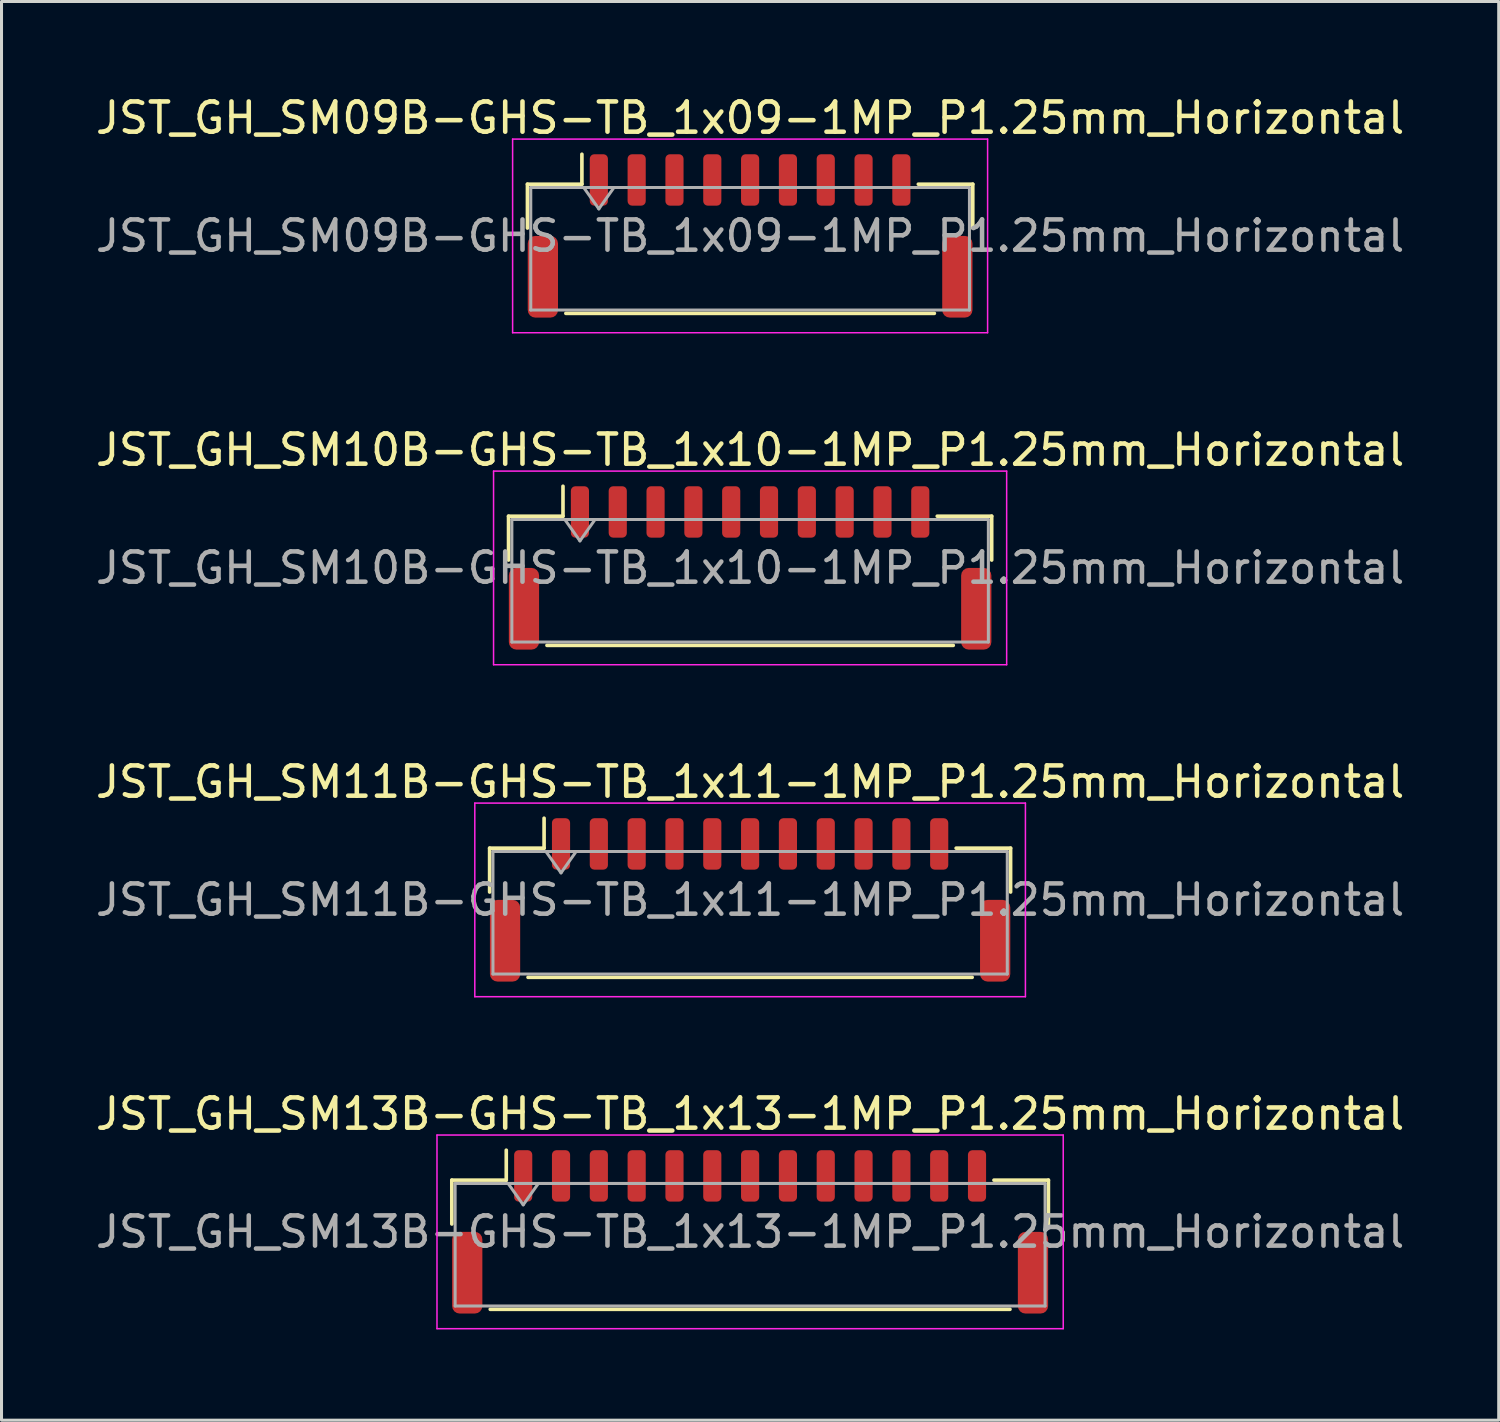
<source format=kicad_pcb>
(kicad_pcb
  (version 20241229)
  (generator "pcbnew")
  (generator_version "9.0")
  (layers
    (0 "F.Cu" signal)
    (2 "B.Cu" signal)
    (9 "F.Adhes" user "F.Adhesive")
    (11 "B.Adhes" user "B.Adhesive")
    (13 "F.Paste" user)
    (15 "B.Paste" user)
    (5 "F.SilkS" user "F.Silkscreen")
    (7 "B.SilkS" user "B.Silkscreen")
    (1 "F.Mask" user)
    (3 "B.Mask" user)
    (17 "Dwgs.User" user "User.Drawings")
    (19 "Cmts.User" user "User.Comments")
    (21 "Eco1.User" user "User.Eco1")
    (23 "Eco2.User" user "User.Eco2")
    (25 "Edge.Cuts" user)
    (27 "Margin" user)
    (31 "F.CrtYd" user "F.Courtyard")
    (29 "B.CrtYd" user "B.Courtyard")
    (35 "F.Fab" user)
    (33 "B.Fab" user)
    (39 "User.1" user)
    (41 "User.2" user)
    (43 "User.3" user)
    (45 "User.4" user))
  (footprint "JST_GH_SM09B-GHS-TB_1x09-1MP_P1.25mm_Horizontal"
    (layer "F.Cu")
    (at 21.744 4.748)
    (property "Reference" "JST_GH_SM09B-GHS-TB_1x09-1MP_P1.25mm_Horizontal" (at 0 -3.9 0) (layer "F.SilkS") (effects (font (size 1 1) (thickness 0.15))))
    (attr smd)
    (fp_line (start -7.36 -1.71) (end -5.56 -1.71) (stroke (width 0.12) (type solid)) (layer "F.SilkS"))
    (fp_line (start -7.36 -0.26) (end -7.36 -1.71) (stroke (width 0.12) (type solid)) (layer "F.SilkS"))
    (fp_line (start -6.09 2.56) (end 6.09 2.56) (stroke (width 0.12) (type solid)) (layer "F.SilkS"))
    (fp_line (start -5.56 -1.71) (end -5.56 -2.7) (stroke (width 0.12) (type solid)) (layer "F.SilkS"))
    (fp_line (start 7.36 -1.71) (end 5.56 -1.71) (stroke (width 0.12) (type solid)) (layer "F.SilkS"))
    (fp_line (start 7.36 -0.26) (end 7.36 -1.71) (stroke (width 0.12) (type solid)) (layer "F.SilkS"))
    (fp_line (start -7.85 -3.2) (end -7.85 3.2) (stroke (width 0.05) (type solid)) (layer "F.CrtYd"))
    (fp_line (start -7.85 3.2) (end 7.85 3.2) (stroke (width 0.05) (type solid)) (layer "F.CrtYd"))
    (fp_line (start 7.85 -3.2) (end -7.85 -3.2) (stroke (width 0.05) (type solid)) (layer "F.CrtYd"))
    (fp_line (start 7.85 3.2) (end 7.85 -3.2) (stroke (width 0.05) (type solid)) (layer "F.CrtYd"))
    (fp_line (start -7.25 -1.6) (end -7.25 2.45) (stroke (width 0.1) (type solid)) (layer "F.Fab"))
    (fp_line (start -7.25 -1.6) (end 7.25 -1.6) (stroke (width 0.1) (type solid)) (layer "F.Fab"))
    (fp_line (start -7.25 2.45) (end 7.25 2.45) (stroke (width 0.1) (type solid)) (layer "F.Fab"))
    (fp_line (start -5.5 -1.6) (end -5 -0.893) (stroke (width 0.1) (type solid)) (layer "F.Fab"))
    (fp_line (start -5 -0.893) (end -4.5 -1.6) (stroke (width 0.1) (type solid)) (layer "F.Fab"))
    (fp_line (start 7.25 -1.6) (end 7.25 2.45) (stroke (width 0.1) (type solid)) (layer "F.Fab"))
    (fp_text user "${REFERENCE}" (at 0 0 0) (layer "F.Fab") (effects (font (size 1 1) (thickness 0.15))))
    (pad "1" smd roundrect (at -5 -1.85) (size 0.6 1.7) (layers "F.Cu" "F.Mask" "F.Paste") (roundrect_rratio 0.25))
    (pad "2" smd roundrect (at -3.75 -1.85) (size 0.6 1.7) (layers "F.Cu" "F.Mask" "F.Paste") (roundrect_rratio 0.25))
    (pad "3" smd roundrect (at -2.5 -1.85) (size 0.6 1.7) (layers "F.Cu" "F.Mask" "F.Paste") (roundrect_rratio 0.25))
    (pad "4" smd roundrect (at -1.25 -1.85) (size 0.6 1.7) (layers "F.Cu" "F.Mask" "F.Paste") (roundrect_rratio 0.25))
    (pad "5" smd roundrect (at 0 -1.85) (size 0.6 1.7) (layers "F.Cu" "F.Mask" "F.Paste") (roundrect_rratio 0.25))
    (pad "6" smd roundrect (at 1.25 -1.85) (size 0.6 1.7) (layers "F.Cu" "F.Mask" "F.Paste") (roundrect_rratio 0.25))
    (pad "7" smd roundrect (at 2.5 -1.85) (size 0.6 1.7) (layers "F.Cu" "F.Mask" "F.Paste") (roundrect_rratio 0.25))
    (pad "8" smd roundrect (at 3.75 -1.85) (size 0.6 1.7) (layers "F.Cu" "F.Mask" "F.Paste") (roundrect_rratio 0.25))
    (pad "9" smd roundrect (at 5 -1.85) (size 0.6 1.7) (layers "F.Cu" "F.Mask" "F.Paste") (roundrect_rratio 0.25))
    (pad "MP" smd roundrect (at -6.85 1.35) (size 1 2.7) (layers "F.Cu" "F.Mask" "F.Paste") (roundrect_rratio 0.25))
    (pad "MP" smd roundrect (at 6.85 1.35) (size 1 2.7) (layers "F.Cu" "F.Mask" "F.Paste") (roundrect_rratio 0.25)))
  (footprint "JST_GH_SM10B-GHS-TB_1x10-1MP_P1.25mm_Horizontal"
    (layer "F.Cu")
    (at 21.744 15.722)
    (property "Reference" "JST_GH_SM10B-GHS-TB_1x10-1MP_P1.25mm_Horizontal" (at 0 -3.9 0) (layer "F.SilkS") (effects (font (size 1 1) (thickness 0.15))))
    (attr smd)
    (fp_line (start -7.985 -1.71) (end -6.185 -1.71) (stroke (width 0.12) (type solid)) (layer "F.SilkS"))
    (fp_line (start -7.985 -0.26) (end -7.985 -1.71) (stroke (width 0.12) (type solid)) (layer "F.SilkS"))
    (fp_line (start -6.715 2.56) (end 6.715 2.56) (stroke (width 0.12) (type solid)) (layer "F.SilkS"))
    (fp_line (start -6.185 -1.71) (end -6.185 -2.7) (stroke (width 0.12) (type solid)) (layer "F.SilkS"))
    (fp_line (start 7.985 -1.71) (end 6.185 -1.71) (stroke (width 0.12) (type solid)) (layer "F.SilkS"))
    (fp_line (start 7.985 -0.26) (end 7.985 -1.71) (stroke (width 0.12) (type solid)) (layer "F.SilkS"))
    (fp_line (start -8.48 -3.2) (end -8.48 3.2) (stroke (width 0.05) (type solid)) (layer "F.CrtYd"))
    (fp_line (start -8.48 3.2) (end 8.48 3.2) (stroke (width 0.05) (type solid)) (layer "F.CrtYd"))
    (fp_line (start 8.48 -3.2) (end -8.48 -3.2) (stroke (width 0.05) (type solid)) (layer "F.CrtYd"))
    (fp_line (start 8.48 3.2) (end 8.48 -3.2) (stroke (width 0.05) (type solid)) (layer "F.CrtYd"))
    (fp_line (start -7.875 -1.6) (end -7.875 2.45) (stroke (width 0.1) (type solid)) (layer "F.Fab"))
    (fp_line (start -7.875 -1.6) (end 7.875 -1.6) (stroke (width 0.1) (type solid)) (layer "F.Fab"))
    (fp_line (start -7.875 2.45) (end 7.875 2.45) (stroke (width 0.1) (type solid)) (layer "F.Fab"))
    (fp_line (start -6.125 -1.6) (end -5.625 -0.893) (stroke (width 0.1) (type solid)) (layer "F.Fab"))
    (fp_line (start -5.625 -0.893) (end -5.125 -1.6) (stroke (width 0.1) (type solid)) (layer "F.Fab"))
    (fp_line (start 7.875 -1.6) (end 7.875 2.45) (stroke (width 0.1) (type solid)) (layer "F.Fab"))
    (fp_text user "${REFERENCE}" (at 0 0 0) (layer "F.Fab") (effects (font (size 1 1) (thickness 0.15))))
    (pad "1" smd roundrect (at -5.625 -1.85) (size 0.6 1.7) (layers "F.Cu" "F.Mask" "F.Paste") (roundrect_rratio 0.25))
    (pad "2" smd roundrect (at -4.375 -1.85) (size 0.6 1.7) (layers "F.Cu" "F.Mask" "F.Paste") (roundrect_rratio 0.25))
    (pad "3" smd roundrect (at -3.125 -1.85) (size 0.6 1.7) (layers "F.Cu" "F.Mask" "F.Paste") (roundrect_rratio 0.25))
    (pad "4" smd roundrect (at -1.875 -1.85) (size 0.6 1.7) (layers "F.Cu" "F.Mask" "F.Paste") (roundrect_rratio 0.25))
    (pad "5" smd roundrect (at -0.625 -1.85) (size 0.6 1.7) (layers "F.Cu" "F.Mask" "F.Paste") (roundrect_rratio 0.25))
    (pad "6" smd roundrect (at 0.625 -1.85) (size 0.6 1.7) (layers "F.Cu" "F.Mask" "F.Paste") (roundrect_rratio 0.25))
    (pad "7" smd roundrect (at 1.875 -1.85) (size 0.6 1.7) (layers "F.Cu" "F.Mask" "F.Paste") (roundrect_rratio 0.25))
    (pad "8" smd roundrect (at 3.125 -1.85) (size 0.6 1.7) (layers "F.Cu" "F.Mask" "F.Paste") (roundrect_rratio 0.25))
    (pad "9" smd roundrect (at 4.375 -1.85) (size 0.6 1.7) (layers "F.Cu" "F.Mask" "F.Paste") (roundrect_rratio 0.25))
    (pad "10" smd roundrect (at 5.625 -1.85) (size 0.6 1.7) (layers "F.Cu" "F.Mask" "F.Paste") (roundrect_rratio 0.25))
    (pad "MP" smd roundrect (at -7.475 1.35) (size 1 2.7) (layers "F.Cu" "F.Mask" "F.Paste") (roundrect_rratio 0.25))
    (pad "MP" smd roundrect (at 7.475 1.35) (size 1 2.7) (layers "F.Cu" "F.Mask" "F.Paste") (roundrect_rratio 0.25)))
  (footprint "JST_GH_SM11B-GHS-TB_1x11-1MP_P1.25mm_Horizontal"
    (layer "F.Cu")
    (at 21.744 26.695)
    (property "Reference" "JST_GH_SM11B-GHS-TB_1x11-1MP_P1.25mm_Horizontal" (at 0 -3.9 0) (layer "F.SilkS") (effects (font (size 1 1) (thickness 0.15))))
    (attr smd)
    (fp_line (start -8.61 -1.71) (end -6.81 -1.71) (stroke (width 0.12) (type solid)) (layer "F.SilkS"))
    (fp_line (start -8.61 -0.26) (end -8.61 -1.71) (stroke (width 0.12) (type solid)) (layer "F.SilkS"))
    (fp_line (start -7.34 2.56) (end 7.34 2.56) (stroke (width 0.12) (type solid)) (layer "F.SilkS"))
    (fp_line (start -6.81 -1.71) (end -6.81 -2.7) (stroke (width 0.12) (type solid)) (layer "F.SilkS"))
    (fp_line (start 8.61 -1.71) (end 6.81 -1.71) (stroke (width 0.12) (type solid)) (layer "F.SilkS"))
    (fp_line (start 8.61 -0.26) (end 8.61 -1.71) (stroke (width 0.12) (type solid)) (layer "F.SilkS"))
    (fp_line (start -9.1 -3.2) (end -9.1 3.2) (stroke (width 0.05) (type solid)) (layer "F.CrtYd"))
    (fp_line (start -9.1 3.2) (end 9.1 3.2) (stroke (width 0.05) (type solid)) (layer "F.CrtYd"))
    (fp_line (start 9.1 -3.2) (end -9.1 -3.2) (stroke (width 0.05) (type solid)) (layer "F.CrtYd"))
    (fp_line (start 9.1 3.2) (end 9.1 -3.2) (stroke (width 0.05) (type solid)) (layer "F.CrtYd"))
    (fp_line (start -8.5 -1.6) (end -8.5 2.45) (stroke (width 0.1) (type solid)) (layer "F.Fab"))
    (fp_line (start -8.5 -1.6) (end 8.5 -1.6) (stroke (width 0.1) (type solid)) (layer "F.Fab"))
    (fp_line (start -8.5 2.45) (end 8.5 2.45) (stroke (width 0.1) (type solid)) (layer "F.Fab"))
    (fp_line (start -6.75 -1.6) (end -6.25 -0.893) (stroke (width 0.1) (type solid)) (layer "F.Fab"))
    (fp_line (start -6.25 -0.893) (end -5.75 -1.6) (stroke (width 0.1) (type solid)) (layer "F.Fab"))
    (fp_line (start 8.5 -1.6) (end 8.5 2.45) (stroke (width 0.1) (type solid)) (layer "F.Fab"))
    (fp_text user "${REFERENCE}" (at 0 0 0) (layer "F.Fab") (effects (font (size 1 1) (thickness 0.15))))
    (pad "1" smd roundrect (at -6.25 -1.85) (size 0.6 1.7) (layers "F.Cu" "F.Mask" "F.Paste") (roundrect_rratio 0.25))
    (pad "2" smd roundrect (at -5 -1.85) (size 0.6 1.7) (layers "F.Cu" "F.Mask" "F.Paste") (roundrect_rratio 0.25))
    (pad "3" smd roundrect (at -3.75 -1.85) (size 0.6 1.7) (layers "F.Cu" "F.Mask" "F.Paste") (roundrect_rratio 0.25))
    (pad "4" smd roundrect (at -2.5 -1.85) (size 0.6 1.7) (layers "F.Cu" "F.Mask" "F.Paste") (roundrect_rratio 0.25))
    (pad "5" smd roundrect (at -1.25 -1.85) (size 0.6 1.7) (layers "F.Cu" "F.Mask" "F.Paste") (roundrect_rratio 0.25))
    (pad "6" smd roundrect (at 0 -1.85) (size 0.6 1.7) (layers "F.Cu" "F.Mask" "F.Paste") (roundrect_rratio 0.25))
    (pad "7" smd roundrect (at 1.25 -1.85) (size 0.6 1.7) (layers "F.Cu" "F.Mask" "F.Paste") (roundrect_rratio 0.25))
    (pad "8" smd roundrect (at 2.5 -1.85) (size 0.6 1.7) (layers "F.Cu" "F.Mask" "F.Paste") (roundrect_rratio 0.25))
    (pad "9" smd roundrect (at 3.75 -1.85) (size 0.6 1.7) (layers "F.Cu" "F.Mask" "F.Paste") (roundrect_rratio 0.25))
    (pad "10" smd roundrect (at 5 -1.85) (size 0.6 1.7) (layers "F.Cu" "F.Mask" "F.Paste") (roundrect_rratio 0.25))
    (pad "11" smd roundrect (at 6.25 -1.85) (size 0.6 1.7) (layers "F.Cu" "F.Mask" "F.Paste") (roundrect_rratio 0.25))
    (pad "MP" smd roundrect (at -8.1 1.35) (size 1 2.7) (layers "F.Cu" "F.Mask" "F.Paste") (roundrect_rratio 0.25))
    (pad "MP" smd roundrect (at 8.1 1.35) (size 1 2.7) (layers "F.Cu" "F.Mask" "F.Paste") (roundrect_rratio 0.25)))
  (footprint "JST_GH_SM13B-GHS-TB_1x13-1MP_P1.25mm_Horizontal"
    (layer "F.Cu")
    (at 21.744 37.668)
    (property "Reference" "JST_GH_SM13B-GHS-TB_1x13-1MP_P1.25mm_Horizontal" (at 0 -3.9 0) (layer "F.SilkS") (effects (font (size 1 1) (thickness 0.15))))
    (attr smd)
    (fp_line (start -9.86 -1.71) (end -8.06 -1.71) (stroke (width 0.12) (type solid)) (layer "F.SilkS"))
    (fp_line (start -9.86 -0.26) (end -9.86 -1.71) (stroke (width 0.12) (type solid)) (layer "F.SilkS"))
    (fp_line (start -8.59 2.56) (end 8.59 2.56) (stroke (width 0.12) (type solid)) (layer "F.SilkS"))
    (fp_line (start -8.06 -1.71) (end -8.06 -2.7) (stroke (width 0.12) (type solid)) (layer "F.SilkS"))
    (fp_line (start 9.86 -1.71) (end 8.06 -1.71) (stroke (width 0.12) (type solid)) (layer "F.SilkS"))
    (fp_line (start 9.86 -0.26) (end 9.86 -1.71) (stroke (width 0.12) (type solid)) (layer "F.SilkS"))
    (fp_line (start -10.35 -3.2) (end -10.35 3.2) (stroke (width 0.05) (type solid)) (layer "F.CrtYd"))
    (fp_line (start -10.35 3.2) (end 10.35 3.2) (stroke (width 0.05) (type solid)) (layer "F.CrtYd"))
    (fp_line (start 10.35 -3.2) (end -10.35 -3.2) (stroke (width 0.05) (type solid)) (layer "F.CrtYd"))
    (fp_line (start 10.35 3.2) (end 10.35 -3.2) (stroke (width 0.05) (type solid)) (layer "F.CrtYd"))
    (fp_line (start -9.75 -1.6) (end -9.75 2.45) (stroke (width 0.1) (type solid)) (layer "F.Fab"))
    (fp_line (start -9.75 -1.6) (end 9.75 -1.6) (stroke (width 0.1) (type solid)) (layer "F.Fab"))
    (fp_line (start -9.75 2.45) (end 9.75 2.45) (stroke (width 0.1) (type solid)) (layer "F.Fab"))
    (fp_line (start -8 -1.6) (end -7.5 -0.893) (stroke (width 0.1) (type solid)) (layer "F.Fab"))
    (fp_line (start -7.5 -0.893) (end -7 -1.6) (stroke (width 0.1) (type solid)) (layer "F.Fab"))
    (fp_line (start 9.75 -1.6) (end 9.75 2.45) (stroke (width 0.1) (type solid)) (layer "F.Fab"))
    (fp_text user "${REFERENCE}" (at 0 0 0) (layer "F.Fab") (effects (font (size 1 1) (thickness 0.15))))
    (pad "1" smd roundrect (at -7.5 -1.85) (size 0.6 1.7) (layers "F.Cu" "F.Mask" "F.Paste") (roundrect_rratio 0.25))
    (pad "2" smd roundrect (at -6.25 -1.85) (size 0.6 1.7) (layers "F.Cu" "F.Mask" "F.Paste") (roundrect_rratio 0.25))
    (pad "3" smd roundrect (at -5 -1.85) (size 0.6 1.7) (layers "F.Cu" "F.Mask" "F.Paste") (roundrect_rratio 0.25))
    (pad "4" smd roundrect (at -3.75 -1.85) (size 0.6 1.7) (layers "F.Cu" "F.Mask" "F.Paste") (roundrect_rratio 0.25))
    (pad "5" smd roundrect (at -2.5 -1.85) (size 0.6 1.7) (layers "F.Cu" "F.Mask" "F.Paste") (roundrect_rratio 0.25))
    (pad "6" smd roundrect (at -1.25 -1.85) (size 0.6 1.7) (layers "F.Cu" "F.Mask" "F.Paste") (roundrect_rratio 0.25))
    (pad "7" smd roundrect (at 0 -1.85) (size 0.6 1.7) (layers "F.Cu" "F.Mask" "F.Paste") (roundrect_rratio 0.25))
    (pad "8" smd roundrect (at 1.25 -1.85) (size 0.6 1.7) (layers "F.Cu" "F.Mask" "F.Paste") (roundrect_rratio 0.25))
    (pad "9" smd roundrect (at 2.5 -1.85) (size 0.6 1.7) (layers "F.Cu" "F.Mask" "F.Paste") (roundrect_rratio 0.25))
    (pad "10" smd roundrect (at 3.75 -1.85) (size 0.6 1.7) (layers "F.Cu" "F.Mask" "F.Paste") (roundrect_rratio 0.25))
    (pad "11" smd roundrect (at 5 -1.85) (size 0.6 1.7) (layers "F.Cu" "F.Mask" "F.Paste") (roundrect_rratio 0.25))
    (pad "12" smd roundrect (at 6.25 -1.85) (size 0.6 1.7) (layers "F.Cu" "F.Mask" "F.Paste") (roundrect_rratio 0.25))
    (pad "13" smd roundrect (at 7.5 -1.85) (size 0.6 1.7) (layers "F.Cu" "F.Mask" "F.Paste") (roundrect_rratio 0.25))
    (pad "MP" smd roundrect (at -9.35 1.35) (size 1 2.7) (layers "F.Cu" "F.Mask" "F.Paste") (roundrect_rratio 0.25))
    (pad "MP" smd roundrect (at 9.35 1.35) (size 1 2.7) (layers "F.Cu" "F.Mask" "F.Paste") (roundrect_rratio 0.25)))
  (gr_rect
    (start -3 -3)
    (end 46.488 43.893)
    (stroke (width 0.1) (type default))
    (fill no)
    (layer "Edge.Cuts")))
</source>
